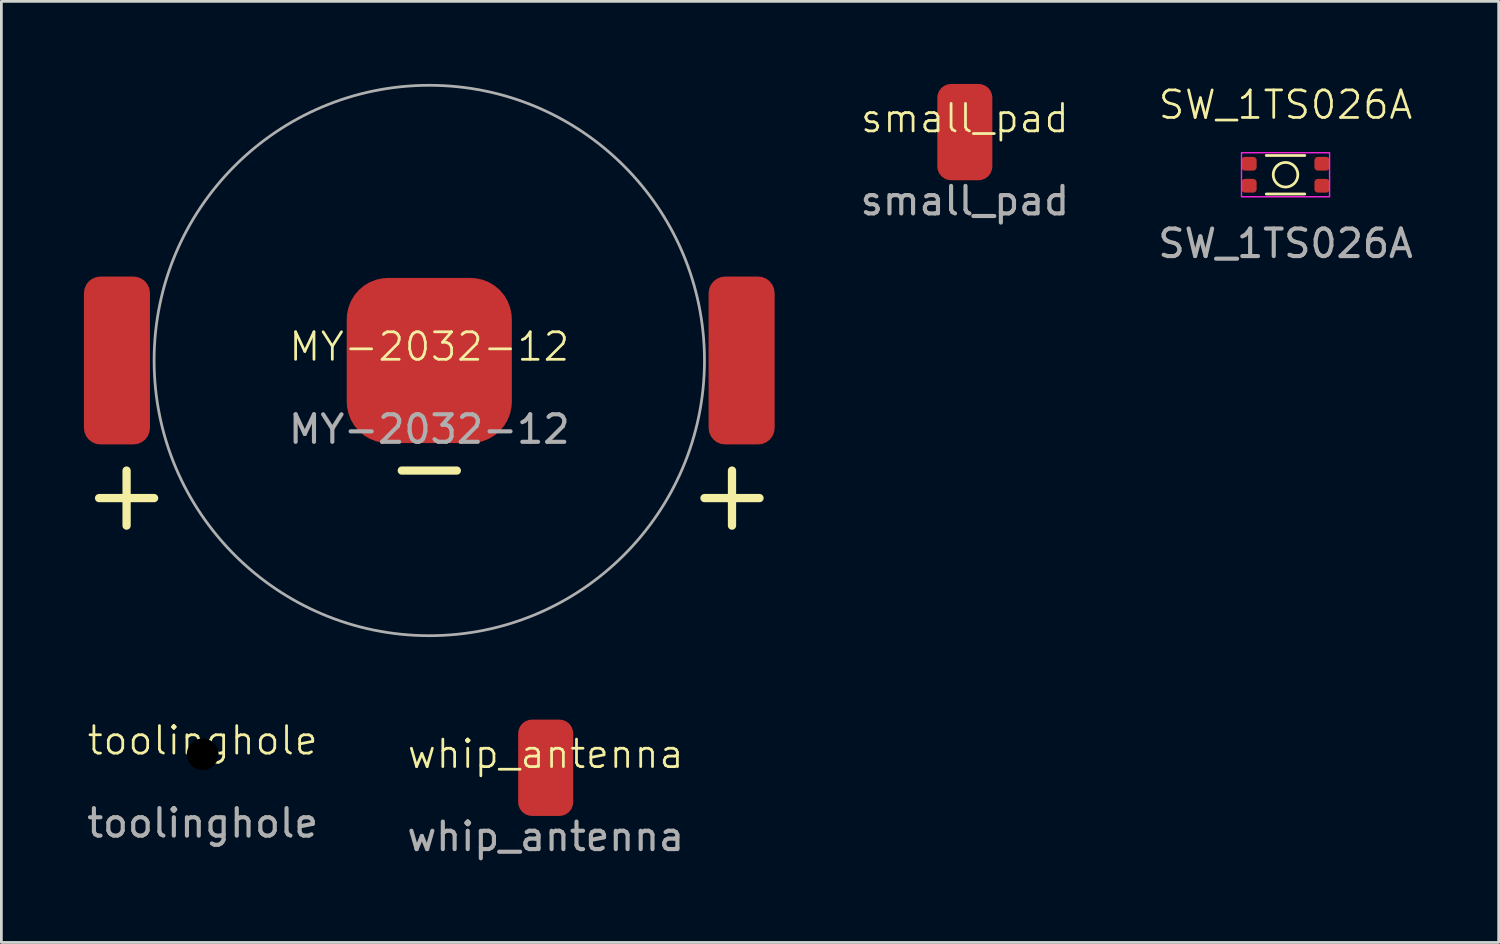
<source format=kicad_pcb>
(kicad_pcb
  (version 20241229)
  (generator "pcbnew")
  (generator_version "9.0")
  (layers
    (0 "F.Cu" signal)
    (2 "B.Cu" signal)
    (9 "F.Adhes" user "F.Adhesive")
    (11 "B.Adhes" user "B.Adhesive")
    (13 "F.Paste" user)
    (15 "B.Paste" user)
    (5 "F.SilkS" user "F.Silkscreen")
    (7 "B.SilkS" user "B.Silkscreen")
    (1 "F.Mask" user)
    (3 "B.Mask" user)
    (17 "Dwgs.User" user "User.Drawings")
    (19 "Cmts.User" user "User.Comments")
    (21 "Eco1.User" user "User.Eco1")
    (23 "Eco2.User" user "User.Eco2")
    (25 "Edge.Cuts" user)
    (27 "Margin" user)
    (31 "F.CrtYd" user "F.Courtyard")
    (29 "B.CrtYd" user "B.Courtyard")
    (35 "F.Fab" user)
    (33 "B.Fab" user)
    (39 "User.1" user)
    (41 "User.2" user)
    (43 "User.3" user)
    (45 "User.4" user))
  (footprint "toolinghole"
    (layer "F.Cu")
    (at 4.315 24.36)
    (property "Reference" "toolinghole" (at 0 -0.5 0) (unlocked yes) (layer "F.SilkS") (effects (font (size 1 1) (thickness 0.1))))
    (attr smd)
    (fp_text user "${REFERENCE}" (at 0 2.5 0) (unlocked yes) (layer "F.Fab") (effects (font (size 1 1) (thickness 0.15))))
    (pad "" np_thru_hole circle (at 0 0) (size 1.3 1.3) (drill 1.152) (layers "*.Mask")))
  (footprint "small_pad"
    (layer "F.Cu")
    (at 32.011 1.75)
    (property "Reference" "small_pad" (at 0 -0.5 0) (unlocked yes) (layer "F.SilkS") (effects (font (size 1 1) (thickness 0.1))))
    (attr smd)
    (fp_text user "${REFERENCE}" (at 0 2.5 0) (unlocked yes) (layer "F.Fab") (effects (font (size 1 1) (thickness 0.15))))
    (pad "1" connect roundrect (at 0 0) (size 2 3.5) (layers "F.Cu" "F.Mask") (roundrect_rratio 0.25)))
  (footprint "SW_1TS026A"
    (layer "F.Cu")
    (at 43.665 3.3)
    (property "Reference" "SW_1TS026A" (at 0 -2.54 0) (unlocked yes) (layer "F.SilkS") (effects (font (size 1 1) (thickness 0.1))))
    (attr smd)
    (fp_line (start -0.7 -0.7) (end 0.7 -0.7) (stroke (width 0.1) (type default)) (layer "F.SilkS"))
    (fp_line (start -0.7 0.7) (end 0.7 0.7) (stroke (width 0.1) (type default)) (layer "F.SilkS"))
    (fp_circle (center 0 0) (end 0.4 0.2) (stroke (width 0.1) (type default)) (fill no) (layer "F.SilkS"))
    (fp_rect (start -1.6 -0.8) (end 1.6 0.8) (stroke (width 0.05) (type default)) (fill no) (layer "F.CrtYd"))
    (fp_text user "${REFERENCE}" (at 0 2.5 0) (unlocked yes) (layer "F.Fab") (effects (font (size 1 1) (thickness 0.15))))
    (pad "1" smd roundrect (at -1.325 -0.4) (size 0.55 0.5) (layers "F.Cu" "F.Mask" "F.Paste") (roundrect_rratio 0.25))
    (pad "2" smd roundrect (at -1.325 0.4) (size 0.55 0.5) (layers "F.Cu" "F.Mask" "F.Paste") (roundrect_rratio 0.25))
    (pad "3" smd roundrect (at 1.325 -0.4) (size 0.55 0.5) (layers "F.Cu" "F.Mask" "F.Paste") (roundrect_rratio 0.25))
    (pad "4" smd roundrect (at 1.325 0.4) (size 0.55 0.5) (layers "F.Cu" "F.Mask" "F.Paste") (roundrect_rratio 0.25)))
  (footprint "MY-2032-12"
    (layer "F.Cu")
    (at 12.55 10.05)
    (property "Reference" "MY-2032-12" (at 0 -0.5 0) (unlocked yes) (layer "F.SilkS") (effects (font (size 1 1) (thickness 0.1))))
    (attr smd)
    (fp_line (start -12 5) (end -10 5) (stroke (width 0.3) (type default)) (layer "F.SilkS"))
    (fp_line (start -11 4) (end -11 6) (stroke (width 0.3) (type default)) (layer "F.SilkS"))
    (fp_line (start -1 4) (end 1 4) (stroke (width 0.3) (type default)) (layer "F.SilkS"))
    (fp_line (start 10 5) (end 12 5) (stroke (width 0.3) (type default)) (layer "F.SilkS"))
    (fp_line (start 11 6) (end 11 4) (stroke (width 0.3) (type default)) (layer "F.SilkS"))
    (fp_circle (center 0 0) (end 10 0) (stroke (width 0.1) (type default)) (fill no) (layer "F.Fab"))
    (fp_text user "${REFERENCE}" (at 0 2.5 0) (unlocked yes) (layer "F.Fab") (effects (font (size 1 1) (thickness 0.15))))
    (pad "1" connect roundrect (at -11.35 0) (size 2.4 6.1) (layers "F.Cu" "F.Mask") (roundrect_rratio 0.25))
    (pad "1" connect roundrect (at 11.35 0) (size 2.4 6.1) (layers "F.Cu" "F.Mask") (roundrect_rratio 0.25))
    (pad "2" connect roundrect (at 0 0) (size 6 6) (layers "F.Cu" "F.Mask") (roundrect_rratio 0.25)))
  (footprint "whip_antenna"
    (layer "F.Cu")
    (at 16.78 24.85)
    (property "Reference" "whip_antenna" (at 0 -0.5 0) (unlocked yes) (layer "F.SilkS") (effects (font (size 1 1) (thickness 0.1))))
    (attr smd)
    (fp_text user "${REFERENCE}" (at 0 2.5 0) (unlocked yes) (layer "F.Fab") (effects (font (size 1 1) (thickness 0.15))))
    (pad "1" connect roundrect (at 0 0) (size 2 3.5) (layers "F.Cu" "F.Mask") (roundrect_rratio 0.25)))
  (gr_rect
    (start -3 -3)
    (end 51.41 31.198)
    (stroke (width 0.1) (type default))
    (fill no)
    (layer "Edge.Cuts")))
</source>
